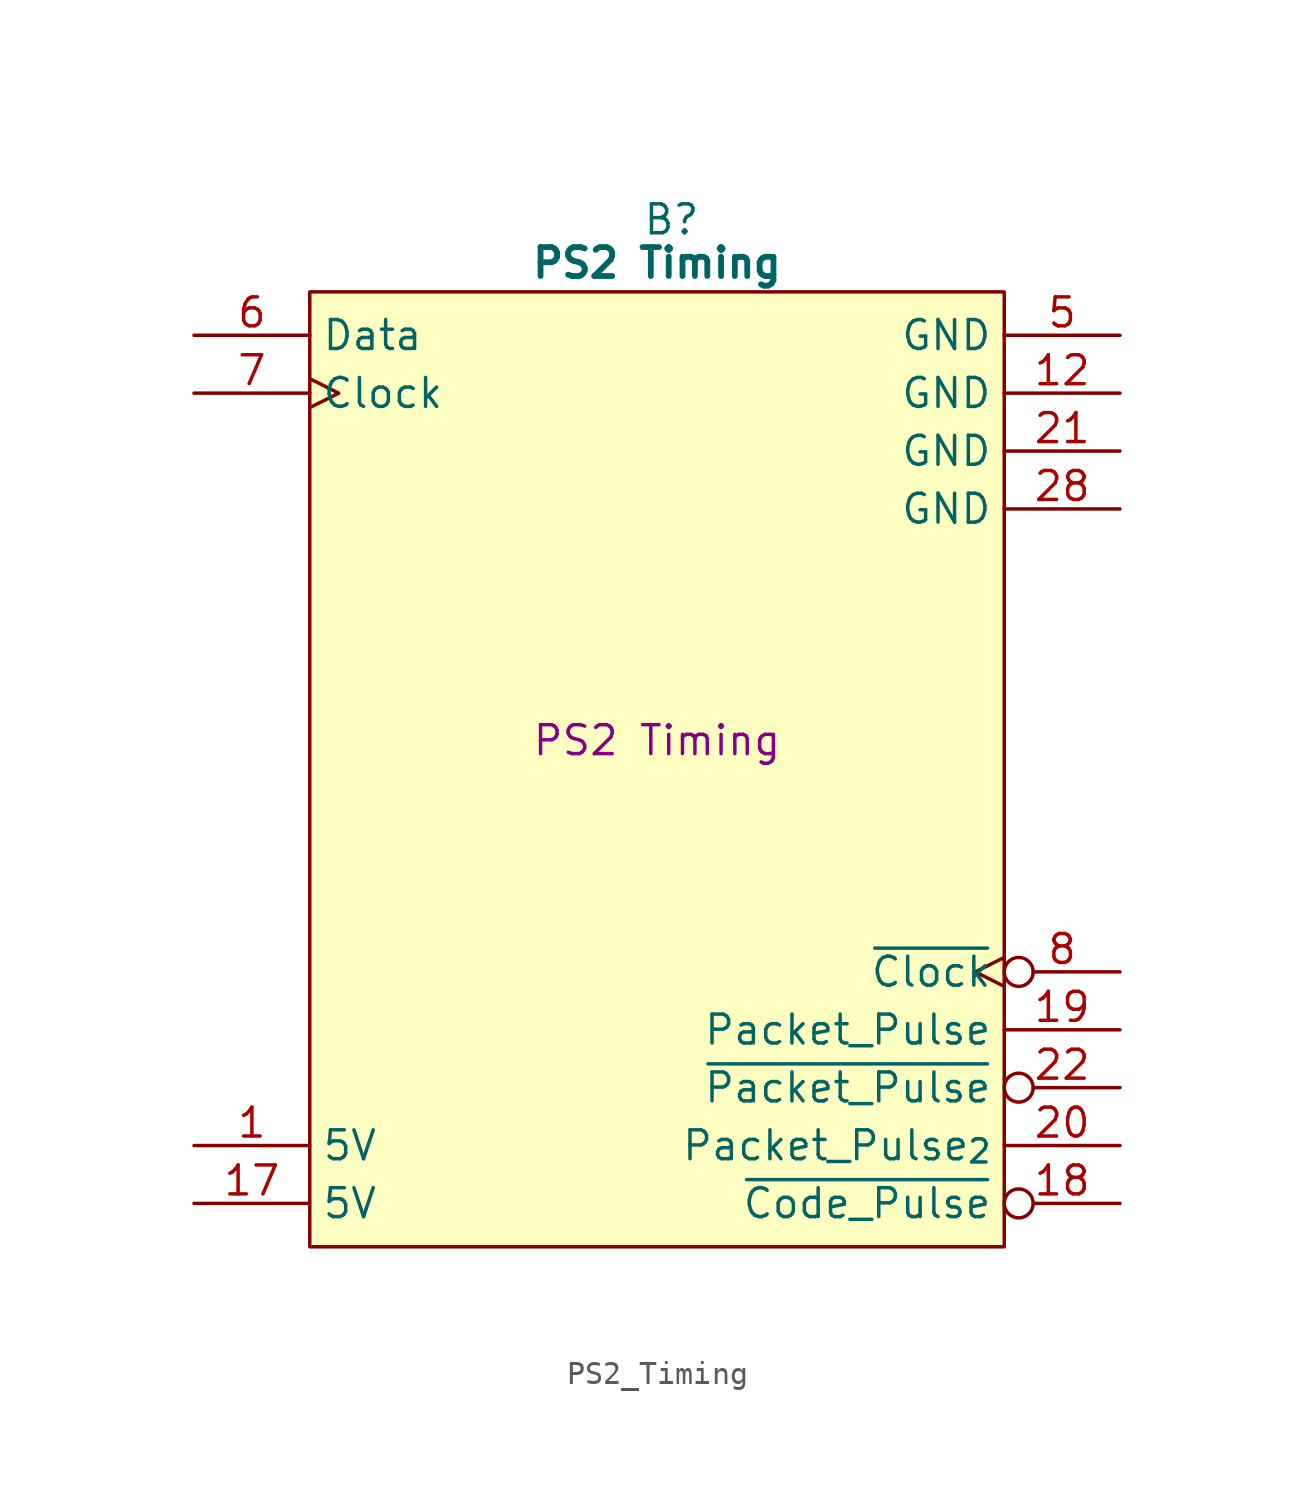
<source format=kicad_sym>
(kicad_symbol_lib
  (version 20241209)
  (generator "kicad_symbol_editor")
  (generator_version "9.0")
  (symbol "PS2_Timing"
    (property "Reference" "B"
      (at 15.875 5.08 0)
      (effects (font (size 1.27 1.27))))
    (property "Value" "PS2 Timing"
      (at 15.24 3.175 0)
      (effects (font (size 1.27 1.27) (bold yes))))
    (property "Description" "PS2 Timing"
      (at 15.24 -17.78 0)
      (effects (font (size 1.27 1.27))))
    (symbol "PS2_Timing_0_1"
      (polyline (pts (xy 0 1.905) (xy 30.48 1.905) (xy 30.48 -40.005) (xy 0 -40.005) (xy 0 1.905)) (stroke (width 0.152) (type default)) (fill (type background))))
    (symbol "PS2_Timing_1_1"
      (pin tri_state line (at -5.08 0 0) (length 5.08) (name "Data" (effects (font (size 1.27 1.27)))) (number "6" (effects (font (size 1.27 1.27)))))
      (pin tri_state clock (at -5.08 -2.54 0) (length 5.08) (name "Clock" (effects (font (size 1.27 1.27)))) (number "7" (effects (font (size 1.27 1.27)))))
      (pin no_connect line (at -5.08 -5.08 0) (length 5.08) (hide yes) (name "N.C." (effects (font (size 1.27 1.27)))) (number "2" (effects (font (size 1.27 1.27)))))
      (pin no_connect line (at -5.08 -7.62 0) (length 5.08) (hide yes) (name "N.C." (effects (font (size 1.27 1.27)))) (number "3" (effects (font (size 1.27 1.27)))))
      (pin no_connect line (at -5.08 -10.16 0) (length 5.08) (hide yes) (name "N.C." (effects (font (size 1.27 1.27)))) (number "4" (effects (font (size 1.27 1.27)))))
      (pin no_connect line (at -5.08 -12.7 0) (length 5.08) (hide yes) (name "N.C." (effects (font (size 1.27 1.27)))) (number "9" (effects (font (size 1.27 1.27)))))
      (pin no_connect line (at -5.08 -15.24 0) (length 5.08) (hide yes) (name "N.C." (effects (font (size 1.27 1.27)))) (number "11" (effects (font (size 1.27 1.27)))))
      (pin no_connect line (at -5.08 -17.78 0) (length 5.08) (hide yes) (name "N.C." (effects (font (size 1.27 1.27)))) (number "13" (effects (font (size 1.27 1.27)))))
      (pin no_connect line (at -5.08 -20.32 0) (length 5.08) (hide yes) (name "N.C." (effects (font (size 1.27 1.27)))) (number "14" (effects (font (size 1.27 1.27)))))
      (pin no_connect line (at -5.08 -22.86 0) (length 5.08) (hide yes) (name "N.C." (effects (font (size 1.27 1.27)))) (number "15" (effects (font (size 1.27 1.27)))))
      (pin no_connect line (at -5.08 -25.4 0) (length 5.08) (hide yes) (name "N.C." (effects (font (size 1.27 1.27)))) (number "16" (effects (font (size 1.27 1.27)))))
      (pin no_connect line (at -5.08 -27.94 0) (length 5.08) (hide yes) (name "N.C." (effects (font (size 1.27 1.27)))) (number "24" (effects (font (size 1.27 1.27)))))
      (pin no_connect line (at -5.08 -30.48 0) (length 5.08) (hide yes) (name "N.C." (effects (font (size 1.27 1.27)))) (number "25" (effects (font (size 1.27 1.27)))))
      (pin no_connect line (at -5.08 -33.02 0) (length 5.08) (hide yes) (name "N.C." (effects (font (size 1.27 1.27)))) (number "26" (effects (font (size 1.27 1.27)))))
      (pin passive line (at -5.08 -35.56 0) (length 5.08) (name "5V" (effects (font (size 1.27 1.27)))) (number "1" (effects (font (size 1.27 1.27)))))
      (pin passive line (at -5.08 -38.1 0) (length 5.08) (name "5V" (effects (font (size 1.27 1.27)))) (number "17" (effects (font (size 1.27 1.27)))))
      (pin passive line (at 35.56 0 180) (length 5.08) (name "GND" (effects (font (size 1.27 1.27)))) (number "5" (effects (font (size 1.27 1.27)))))
      (pin passive line (at 35.56 -2.54 180) (length 5.08) (name "GND" (effects (font (size 1.27 1.27)))) (number "12" (effects (font (size 1.27 1.27)))))
      (pin passive line (at 35.56 -5.08 180) (length 5.08) (name "GND" (effects (font (size 1.27 1.27)))) (number "21" (effects (font (size 1.27 1.27)))))
      (pin passive line (at 35.56 -7.62 180) (length 5.08) (name "GND" (effects (font (size 1.27 1.27)))) (number "28" (effects (font (size 1.27 1.27)))))
      (pin no_connect inverted (at 35.56 -10.16 180) (length 5.08) (hide yes) (name "N.C." (effects (font (size 1.27 1.27)))) (number "27" (effects (font (size 1.27 1.27)))))
      (pin no_connect inverted (at 35.56 -12.7 180) (length 5.08) (hide yes) (name "N.C." (effects (font (size 1.27 1.27)))) (number "29" (effects (font (size 1.27 1.27)))))
      (pin no_connect line (at 35.56 -15.24 180) (length 5.08) (hide yes) (name "N.C." (effects (font (size 1.27 1.27)))) (number "30" (effects (font (size 1.27 1.27)))))
      (pin no_connect line (at 35.56 -17.78 180) (length 5.08) (hide yes) (name "N.C." (effects (font (size 1.27 1.27)))) (number "31" (effects (font (size 1.27 1.27)))))
      (pin no_connect line (at 35.56 -20.32 180) (length 5.08) (hide yes) (name "N.C." (effects (font (size 1.27 1.27)))) (number "32" (effects (font (size 1.27 1.27)))))
      (pin output line (at 35.56 -22.86 180) (length 5.08) (hide yes) (name "RC_Code_Pulse" (effects (font (size 1.27 1.27)))) (number "23" (effects (font (size 1.27 1.27)))))
      (pin output line (at 35.56 -25.4 180) (length 5.08) (hide yes) (name "RC_Packet_Pulse" (effects (font (size 1.27 1.27)))) (number "10" (effects (font (size 1.27 1.27)))))
      (pin output inverted_clock (at 35.56 -27.94 180) (length 5.08) (name "~{Clock}" (effects (font (size 1.27 1.27)))) (number "8" (effects (font (size 1.27 1.27)))))
      (pin output line (at 35.56 -30.48 180) (length 5.08) (name "Packet_Pulse" (effects (font (size 1.27 1.27)))) (number "19" (effects (font (size 1.27 1.27)))))
      (pin output inverted (at 35.56 -33.02 180) (length 5.08) (name "~{Packet_Pulse}" (effects (font (size 1.27 1.27)))) (number "22" (effects (font (size 1.27 1.27)))))
      (pin output line (at 35.56 -35.56 180) (length 5.08) (name "Packet_Pulse_{2}" (effects (font (size 1.27 1.27)))) (number "20" (effects (font (size 1.27 1.27)))))
      (pin output inverted (at 35.56 -38.1 180) (length 5.08) (name "~{Code_Pulse}" (effects (font (size 1.27 1.27)))) (number "18" (effects (font (size 1.27 1.27))))))))
</source>
